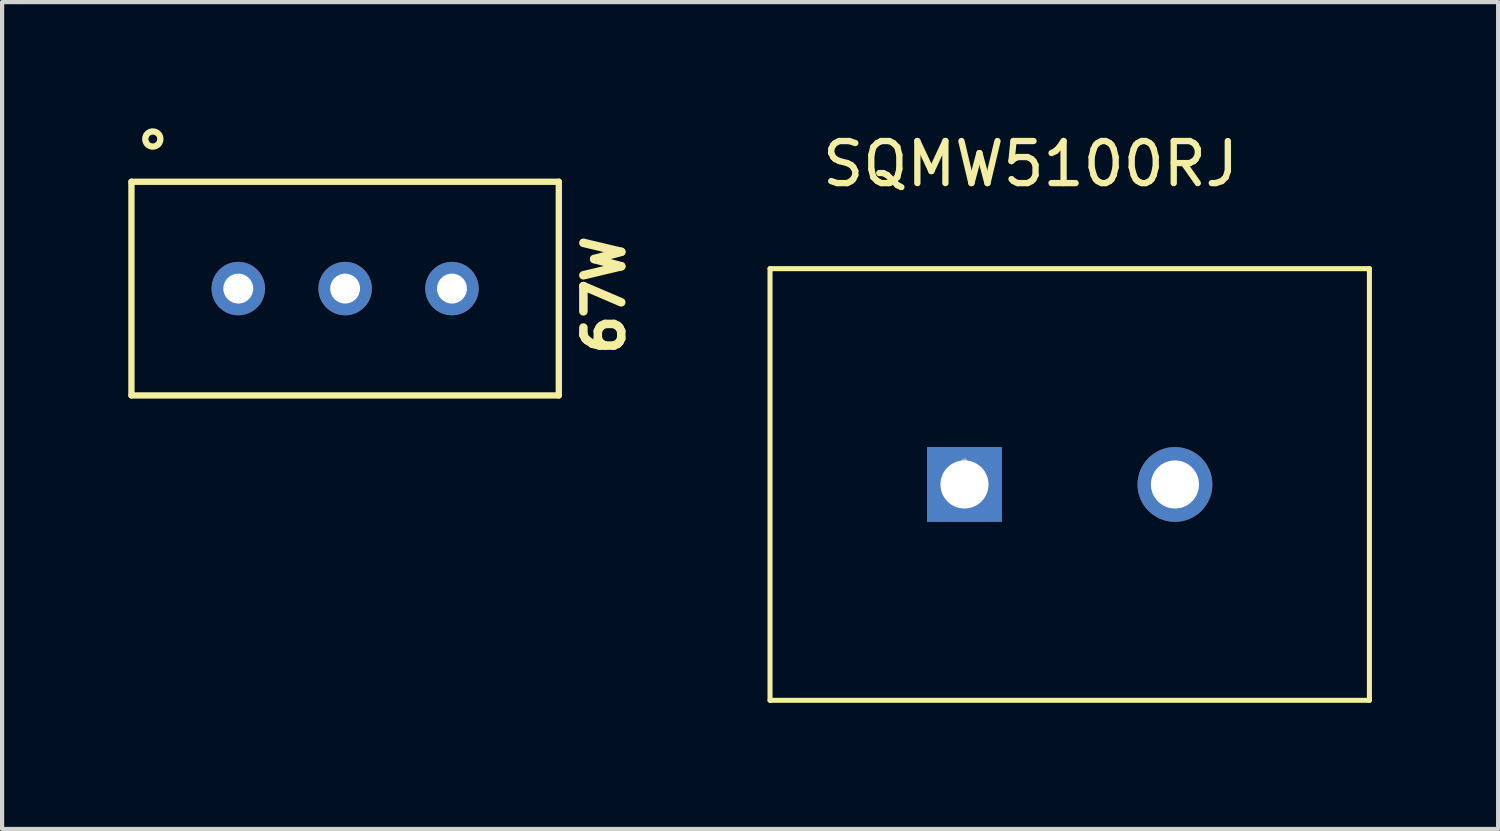
<source format=kicad_pcb>
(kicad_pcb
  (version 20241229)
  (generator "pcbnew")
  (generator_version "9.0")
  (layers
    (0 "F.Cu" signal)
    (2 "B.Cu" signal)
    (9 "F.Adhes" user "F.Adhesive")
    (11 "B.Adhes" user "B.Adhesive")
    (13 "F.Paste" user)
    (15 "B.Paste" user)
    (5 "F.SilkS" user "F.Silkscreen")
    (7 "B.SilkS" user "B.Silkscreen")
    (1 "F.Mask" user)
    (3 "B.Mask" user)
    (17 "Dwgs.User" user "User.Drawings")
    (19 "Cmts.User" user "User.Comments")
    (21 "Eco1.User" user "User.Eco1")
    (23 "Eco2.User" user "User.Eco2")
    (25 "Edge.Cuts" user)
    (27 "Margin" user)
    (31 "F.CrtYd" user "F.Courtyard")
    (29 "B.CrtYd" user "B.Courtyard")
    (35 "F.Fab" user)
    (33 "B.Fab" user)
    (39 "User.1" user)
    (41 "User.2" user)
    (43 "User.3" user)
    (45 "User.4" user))
  (footprint "67W"
    (layer "F.Cu")
    (at 5.155 3.811)
    (property "Reference" "67W" (at 6.159 0.155 270) (layer "F.SilkS") (effects (font (size 0.9 0.9) (thickness 0.203))))
    (attr through_hole)
    (fp_line (start -5.08 -2.54) (end 5.08 -2.54) (stroke (width 0.15) (type solid)) (layer "F.SilkS"))
    (fp_line (start -5.08 2.54) (end -5.08 -2.54) (stroke (width 0.15) (type solid)) (layer "F.SilkS"))
    (fp_line (start 5.08 -2.54) (end 5.08 2.54) (stroke (width 0.15) (type solid)) (layer "F.SilkS"))
    (fp_line (start 5.08 2.54) (end -5.08 2.54) (stroke (width 0.15) (type solid)) (layer "F.SilkS"))
    (fp_circle (center -4.572 -3.556) (end -4.547 -3.734) (stroke (width 0.15) (type solid)) (fill no) (layer "F.SilkS"))
    (pad "1" thru_hole circle (at -2.54 0) (size 1.27 1.27) (drill 0.711) (layers "*.Cu" "*.Mask"))
    (pad "2" thru_hole circle (at 0 0) (size 1.27 1.27) (drill 0.711) (layers "*.Cu" "*.Mask"))
    (pad "3" thru_hole circle (at 2.54 0) (size 1.27 1.27) (drill 0.711) (layers "*.Cu" "*.Mask")))
  (footprint "SQMW5100RJ"
    (layer "F.Cu")
    (at 19.88 8.468)
    (property "Reference" "SQMW5100RJ" (at 1.57 -7.62 0) (layer "F.SilkS") (effects (font (size 1 1) (thickness 0.15))))
    (attr through_hole)
    (fp_line (start -4.623 -5.131) (end -4.623 5.131) (stroke (width 0.12) (type solid)) (layer "F.SilkS"))
    (fp_line (start 9.627 -5.131) (end -4.623 -5.131) (stroke (width 0.12) (type solid)) (layer "F.SilkS"))
    (fp_line (start 9.627 -5.131) (end 9.627 5.131) (stroke (width 0.12) (type solid)) (layer "F.SilkS"))
    (fp_line (start 9.627 5.131) (end -4.623 5.131) (stroke (width 0.12) (type solid)) (layer "F.SilkS"))
    (fp_text user "*" (at 0 0 0) (layer "F.Fab") (effects (font (size 1 1) (thickness 0.15))))
    (pad "1" thru_hole rect (at 0 0) (size 1.778 1.778) (drill 1.143) (layers "*.Cu" "*.Mask"))
    (pad "2" thru_hole circle (at 5.004 0) (size 1.778 1.778) (drill 1.143) (layers "*.Cu" "*.Mask")))
  (gr_rect
    (start -3 -3)
    (end 32.567 16.659)
    (stroke (width 0.1) (type default))
    (fill no)
    (layer "Edge.Cuts")))
</source>
